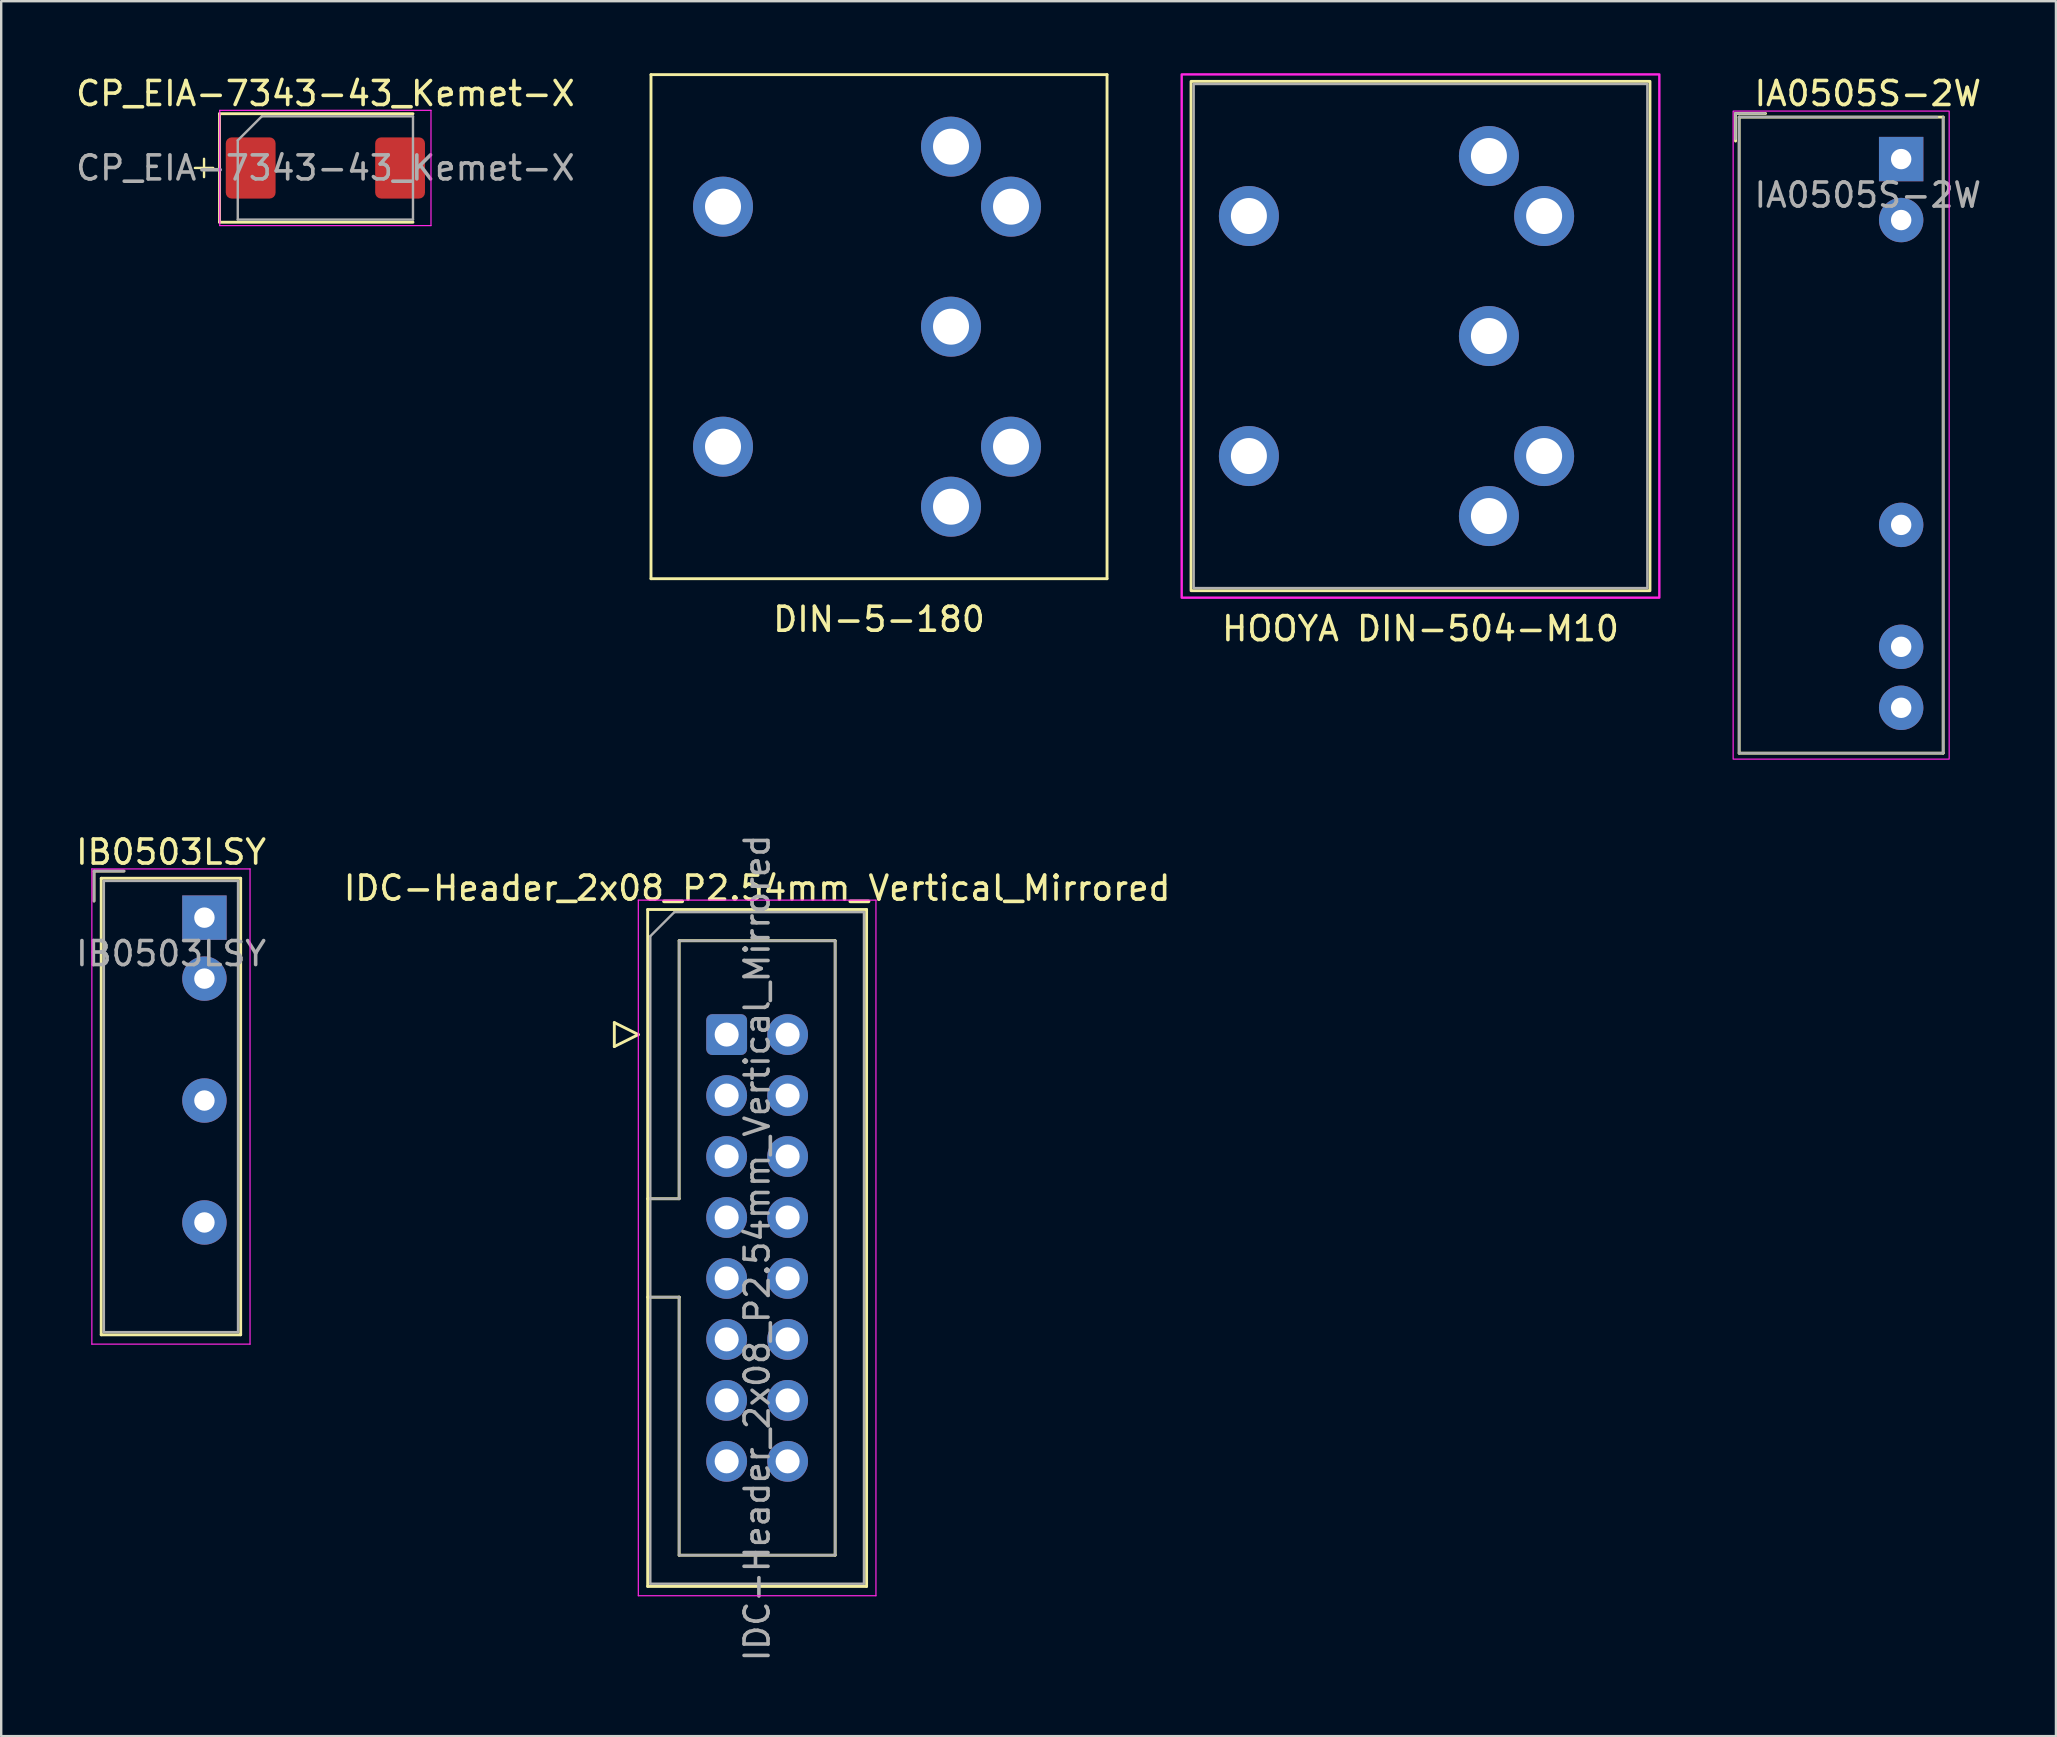
<source format=kicad_pcb>
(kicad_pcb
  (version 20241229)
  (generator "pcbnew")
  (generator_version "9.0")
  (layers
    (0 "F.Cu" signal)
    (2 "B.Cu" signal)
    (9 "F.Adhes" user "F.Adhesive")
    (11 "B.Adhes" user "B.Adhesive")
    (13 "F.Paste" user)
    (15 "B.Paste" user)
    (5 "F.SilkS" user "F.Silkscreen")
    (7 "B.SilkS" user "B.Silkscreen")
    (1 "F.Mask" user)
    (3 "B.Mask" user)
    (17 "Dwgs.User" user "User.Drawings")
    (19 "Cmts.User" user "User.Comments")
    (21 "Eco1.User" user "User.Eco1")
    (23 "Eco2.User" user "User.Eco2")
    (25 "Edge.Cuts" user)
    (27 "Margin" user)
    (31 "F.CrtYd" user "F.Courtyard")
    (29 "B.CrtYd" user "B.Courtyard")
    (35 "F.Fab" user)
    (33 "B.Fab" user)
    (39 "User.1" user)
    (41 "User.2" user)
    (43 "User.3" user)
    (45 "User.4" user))
  (footprint "IB0503LSY"
    (layer "F.Cu")
    (at 5.467 35.181)
    (property "Reference" "IB0503LSY" (at -1.39 -2.73 0) (layer "F.SilkS") (effects (font (size 1 1) (thickness 0.15))))
    (attr through_hole)
    (fp_line (start -4.6 -1.94) (end -4.6 -0.69) (stroke (width 0.12) (type solid)) (layer "F.SilkS"))
    (fp_line (start -4.3 -1.64) (end -4.3 17.38) (stroke (width 0.12) (type solid)) (layer "F.SilkS"))
    (fp_line (start -4.3 17.38) (end 1.51 17.38) (stroke (width 0.12) (type solid)) (layer "F.SilkS"))
    (fp_line (start -3.35 -1.94) (end -4.6 -1.94) (stroke (width 0.12) (type solid)) (layer "F.SilkS"))
    (fp_line (start 1.51 -1.64) (end -4.3 -1.64) (stroke (width 0.12) (type solid)) (layer "F.SilkS"))
    (fp_line (start 1.51 17.38) (end 1.51 -1.64) (stroke (width 0.12) (type solid)) (layer "F.SilkS"))
    (fp_line (start -4.69 -2.03) (end -4.69 17.77) (stroke (width 0.05) (type solid)) (layer "F.CrtYd"))
    (fp_line (start -4.69 17.77) (end 1.9 17.77) (stroke (width 0.05) (type solid)) (layer "F.CrtYd"))
    (fp_line (start 1.9 -2.03) (end -4.69 -2.03) (stroke (width 0.05) (type solid)) (layer "F.CrtYd"))
    (fp_line (start 1.9 17.77) (end 1.9 -2.03) (stroke (width 0.05) (type solid)) (layer "F.CrtYd"))
    (fp_line (start -4.6 -1.94) (end -4.6 -0.69) (stroke (width 0.1) (type solid)) (layer "F.Fab"))
    (fp_line (start -4.19 -1.53) (end -4.19 17.27) (stroke (width 0.1) (type solid)) (layer "F.Fab"))
    (fp_line (start -4.19 17.27) (end 1.4 17.27) (stroke (width 0.1) (type solid)) (layer "F.Fab"))
    (fp_line (start -3.35 -1.94) (end -4.6 -1.94) (stroke (width 0.1) (type solid)) (layer "F.Fab"))
    (fp_line (start 1.4 -1.53) (end -4.19 -1.53) (stroke (width 0.1) (type solid)) (layer "F.Fab"))
    (fp_line (start 1.4 17.27) (end 1.4 -1.53) (stroke (width 0.1) (type solid)) (layer "F.Fab"))
    (fp_text user "${REFERENCE}" (at -1.39 1.5 0) (layer "F.Fab") (effects (font (size 1 1) (thickness 0.15))))
    (pad "1" thru_hole rect (at 0 0) (size 1.85 1.85) (drill 0.85) (layers "*.Cu" "*.Mask"))
    (pad "2" thru_hole circle (at 0 2.54) (size 1.85 1.85) (drill 0.85) (layers "*.Cu" "*.Mask"))
    (pad "4" thru_hole circle (at 0 7.62) (size 1.85 1.85) (drill 0.85) (layers "*.Cu" "*.Mask"))
    (pad "6" thru_hole circle (at 0 12.7) (size 1.85 1.85) (drill 0.85) (layers "*.Cu" "*.Mask")))
  (footprint "IA0505S-2W"
    (layer "F.Cu")
    (at 76.157 3.578)
    (property "Reference" "IA0505S-2W" (at -1.39 -2.73 0) (layer "F.SilkS") (effects (font (size 1 1) (thickness 0.15))))
    (attr through_hole)
    (fp_line (start -6.9 -1.9) (end -6.9 -0.75) (stroke (width 0.12) (type solid)) (layer "F.SilkS"))
    (fp_line (start -6.75 -1.75) (end -6.75 24.75) (stroke (width 0.12) (type solid)) (layer "F.SilkS"))
    (fp_line (start -5.65 -1.9) (end -6.9 -1.9) (stroke (width 0.12) (type solid)) (layer "F.SilkS"))
    (fp_line (start 1.75 -1.75) (end -6.75 -1.75) (stroke (width 0.12) (type solid)) (layer "F.SilkS"))
    (fp_line (start 1.75 24.75) (end -6.75 24.75) (stroke (width 0.12) (type solid)) (layer "F.SilkS"))
    (fp_line (start 1.75 24.75) (end 1.75 -1.75) (stroke (width 0.12) (type solid)) (layer "F.SilkS"))
    (fp_rect (start -7 -2) (end 2 25) (stroke (width 0.05) (type default)) (fill no) (layer "F.CrtYd"))
    (fp_line (start -6.9 -1.9) (end -6.9 -0.84) (stroke (width 0.1) (type solid)) (layer "F.Fab"))
    (fp_line (start -6.75 -1.75) (end -6.75 24.75) (stroke (width 0.1) (type solid)) (layer "F.Fab"))
    (fp_line (start -5.675 -1.9) (end -6.9 -1.9) (stroke (width 0.1) (type solid)) (layer "F.Fab"))
    (fp_line (start 1.5 -1.75) (end -6.75 -1.75) (stroke (width 0.1) (type solid)) (layer "F.Fab"))
    (fp_line (start 1.75 24.75) (end -6.75 24.75) (stroke (width 0.1) (type solid)) (layer "F.Fab"))
    (fp_line (start 1.75 24.75) (end 1.75 -1.75) (stroke (width 0.1) (type solid)) (layer "F.Fab"))
    (fp_text user "${REFERENCE}" (at -1.39 1.5 0) (layer "F.Fab") (effects (font (size 1 1) (thickness 0.15))))
    (pad "1" thru_hole rect (at 0 0) (size 1.85 1.85) (drill 0.85) (layers "*.Cu" "*.Mask"))
    (pad "2" thru_hole circle (at 0 2.54) (size 1.85 1.85) (drill 0.85) (layers "*.Cu" "*.Mask"))
    (pad "7" thru_hole circle (at 0 15.24) (size 1.85 1.85) (drill 0.85) (layers "*.Cu" "*.Mask"))
    (pad "9" thru_hole circle (at 0 20.32) (size 1.85 1.85) (drill 0.85) (layers "*.Cu" "*.Mask"))
    (pad "10" thru_hole circle (at 0 22.86) (size 1.85 1.85) (drill 0.85) (layers "*.Cu" "*.Mask")))
  (footprint "HOOYA DIN-504-M10"
    (layer "F.Cu")
    (at 56.132 10.95)
    (property "Reference" "HOOYA DIN-504-M10" (at 0 12.192 0) (layer "F.SilkS") (effects (font (size 1 1) (thickness 0.15))))
    (attr through_hole)
    (fp_rect (start -9.56 -10.61) (end 9.56 10.61) (stroke (width 0.12) (type default)) (fill no) (layer "F.SilkS"))
    (fp_rect (start -9.95 -10.9) (end 9.95 10.9) (stroke (width 0.1) (type default)) (fill no) (layer "F.CrtYd"))
    (fp_rect (start -9.45 -10.5) (end 9.45 10.5) (stroke (width 0.1) (type default)) (fill no) (layer "F.Fab"))
    (pad "" thru_hole circle (at -7.15 -5) (size 2.5 2.5) (drill 1.5) (layers "*.Cu" "*.Mask"))
    (pad "" thru_hole circle (at -7.15 5) (size 2.5 2.5) (drill 1.5) (layers "*.Cu" "*.Mask"))
    (pad "1" thru_hole circle (at 2.85 7.5) (size 2.5 2.5) (drill 1.5) (layers "*.Cu" "*.Mask"))
    (pad "2" thru_hole circle (at 2.85 0) (size 2.5 2.5) (drill 1.5) (layers "*.Cu" "*.Mask"))
    (pad "3" thru_hole circle (at 2.85 -7.5) (size 2.5 2.5) (drill 1.5) (layers "*.Cu" "*.Mask"))
    (pad "4" thru_hole circle (at 5.15 5) (size 2.5 2.5) (drill 1.5) (layers "*.Cu" "*.Mask"))
    (pad "5" thru_hole circle (at 5.15 -5) (size 2.5 2.5) (drill 1.5) (layers "*.Cu" "*.Mask")))
  (footprint "IDC-Header_2x08_P2.54mm_Vertical_Mirrored"
    (layer "F.Cu")
    (at 27.224 40.053)
    (property "Reference" "IDC-Header_2x08_P2.54mm_Vertical_Mirrored" (at 1.27 -6.1 0) (layer "F.SilkS") (effects (font (size 1 1) (thickness 0.15))))
    (attr through_hole)
    (fp_line (start -4.68 -0.5) (end -4.68 0.5) (stroke (width 0.12) (type solid)) (layer "F.SilkS"))
    (fp_line (start -4.68 0.5) (end -3.68 0) (stroke (width 0.12) (type solid)) (layer "F.SilkS"))
    (fp_line (start -3.68 0) (end -4.68 -0.5) (stroke (width 0.12) (type solid)) (layer "F.SilkS"))
    (fp_line (start -3.29 -5.21) (end 5.83 -5.21) (stroke (width 0.12) (type solid)) (layer "F.SilkS"))
    (fp_line (start -3.29 6.84) (end -1.98 6.84) (stroke (width 0.12) (type solid)) (layer "F.SilkS"))
    (fp_line (start -3.29 22.99) (end -3.29 -5.21) (stroke (width 0.12) (type solid)) (layer "F.SilkS"))
    (fp_line (start -1.98 -3.91) (end 4.52 -3.91) (stroke (width 0.12) (type solid)) (layer "F.SilkS"))
    (fp_line (start -1.98 6.84) (end -1.98 -3.91) (stroke (width 0.12) (type solid)) (layer "F.SilkS"))
    (fp_line (start -1.98 10.94) (end -3.29 10.94) (stroke (width 0.12) (type solid)) (layer "F.SilkS"))
    (fp_line (start -1.98 10.94) (end -1.98 10.94) (stroke (width 0.12) (type solid)) (layer "F.SilkS"))
    (fp_line (start -1.98 21.69) (end -1.98 10.94) (stroke (width 0.12) (type solid)) (layer "F.SilkS"))
    (fp_line (start 4.52 -3.91) (end 4.52 21.69) (stroke (width 0.12) (type solid)) (layer "F.SilkS"))
    (fp_line (start 4.52 21.69) (end -1.98 21.69) (stroke (width 0.12) (type solid)) (layer "F.SilkS"))
    (fp_line (start 5.83 -5.21) (end 5.83 22.99) (stroke (width 0.12) (type solid)) (layer "F.SilkS"))
    (fp_line (start 5.83 22.99) (end -3.29 22.99) (stroke (width 0.12) (type solid)) (layer "F.SilkS"))
    (fp_line (start -3.68 -5.6) (end -3.68 23.38) (stroke (width 0.05) (type solid)) (layer "F.CrtYd"))
    (fp_line (start -3.68 23.38) (end 6.22 23.38) (stroke (width 0.05) (type solid)) (layer "F.CrtYd"))
    (fp_line (start 6.22 -5.6) (end -3.68 -5.6) (stroke (width 0.05) (type solid)) (layer "F.CrtYd"))
    (fp_line (start 6.22 23.38) (end 6.22 -5.6) (stroke (width 0.05) (type solid)) (layer "F.CrtYd"))
    (fp_line (start -3.18 -4.1) (end -2.18 -5.1) (stroke (width 0.1) (type solid)) (layer "F.Fab"))
    (fp_line (start -3.18 6.84) (end -1.98 6.84) (stroke (width 0.1) (type solid)) (layer "F.Fab"))
    (fp_line (start -3.18 22.88) (end -3.18 -4.1) (stroke (width 0.1) (type solid)) (layer "F.Fab"))
    (fp_line (start -2.18 -5.1) (end 5.72 -5.1) (stroke (width 0.1) (type solid)) (layer "F.Fab"))
    (fp_line (start -1.98 -3.91) (end 4.52 -3.91) (stroke (width 0.1) (type solid)) (layer "F.Fab"))
    (fp_line (start -1.98 6.84) (end -1.98 -3.91) (stroke (width 0.1) (type solid)) (layer "F.Fab"))
    (fp_line (start -1.98 10.94) (end -3.18 10.94) (stroke (width 0.1) (type solid)) (layer "F.Fab"))
    (fp_line (start -1.98 10.94) (end -1.98 10.94) (stroke (width 0.1) (type solid)) (layer "F.Fab"))
    (fp_line (start -1.98 21.69) (end -1.98 10.94) (stroke (width 0.1) (type solid)) (layer "F.Fab"))
    (fp_line (start 4.52 -3.91) (end 4.52 21.69) (stroke (width 0.1) (type solid)) (layer "F.Fab"))
    (fp_line (start 4.52 21.69) (end -1.98 21.69) (stroke (width 0.1) (type solid)) (layer "F.Fab"))
    (fp_line (start 5.72 -5.1) (end 5.72 22.88) (stroke (width 0.1) (type solid)) (layer "F.Fab"))
    (fp_line (start 5.72 22.88) (end -3.18 22.88) (stroke (width 0.1) (type solid)) (layer "F.Fab"))
    (fp_text user "${REFERENCE}" (at 1.27 8.89 90) (layer "F.Fab") (effects (font (size 1 1) (thickness 0.15))))
    (pad "1" thru_hole circle (at 2.54 0) (size 1.7 1.7) (drill 1) (layers "*.Cu" "*.Mask"))
    (pad "2" thru_hole roundrect (at 0 0) (size 1.7 1.7) (drill 1) (layers "*.Cu" "*.Mask") (roundrect_rratio 0.147))
    (pad "3" thru_hole circle (at 2.54 2.54) (size 1.7 1.7) (drill 1) (layers "*.Cu" "*.Mask"))
    (pad "4" thru_hole circle (at 0 2.54) (size 1.7 1.7) (drill 1) (layers "*.Cu" "*.Mask"))
    (pad "5" thru_hole circle (at 2.54 5.08) (size 1.7 1.7) (drill 1) (layers "*.Cu" "*.Mask"))
    (pad "6" thru_hole circle (at 0 5.08) (size 1.7 1.7) (drill 1) (layers "*.Cu" "*.Mask"))
    (pad "7" thru_hole circle (at 2.54 7.62) (size 1.7 1.7) (drill 1) (layers "*.Cu" "*.Mask"))
    (pad "8" thru_hole circle (at 0 7.62) (size 1.7 1.7) (drill 1) (layers "*.Cu" "*.Mask"))
    (pad "9" thru_hole circle (at 2.54 10.16) (size 1.7 1.7) (drill 1) (layers "*.Cu" "*.Mask"))
    (pad "10" thru_hole circle (at 0 10.16) (size 1.7 1.7) (drill 1) (layers "*.Cu" "*.Mask"))
    (pad "11" thru_hole circle (at 2.54 12.7) (size 1.7 1.7) (drill 1) (layers "*.Cu" "*.Mask"))
    (pad "12" thru_hole circle (at 0 12.7) (size 1.7 1.7) (drill 1) (layers "*.Cu" "*.Mask"))
    (pad "13" thru_hole circle (at 2.54 15.24) (size 1.7 1.7) (drill 1) (layers "*.Cu" "*.Mask"))
    (pad "14" thru_hole circle (at 0 15.24) (size 1.7 1.7) (drill 1) (layers "*.Cu" "*.Mask"))
    (pad "15" thru_hole circle (at 2.54 17.78) (size 1.7 1.7) (drill 1) (layers "*.Cu" "*.Mask"))
    (pad "16" thru_hole circle (at 0 17.78) (size 1.7 1.7) (drill 1) (layers "*.Cu" "*.Mask")))
  (footprint "DIN-5-180"
    (layer "F.Cu")
    (at 33.572 10.56)
    (property "Reference" "DIN-5-180" (at 0 12.192 0) (layer "F.SilkS") (effects (font (size 1 1) (thickness 0.15))))
    (attr through_hole)
    (fp_line (start -9.5 -10.5) (end -9.5 10.5) (stroke (width 0.12) (type solid)) (layer "F.SilkS"))
    (fp_line (start -9.5 -10.5) (end 9.5 -10.5) (stroke (width 0.12) (type solid)) (layer "F.SilkS"))
    (fp_line (start -9.5 10.5) (end 9.5 10.5) (stroke (width 0.12) (type solid)) (layer "F.SilkS"))
    (fp_line (start 9.5 10.5) (end 9.5 -10.5) (stroke (width 0.12) (type solid)) (layer "F.SilkS"))
    (pad "" thru_hole circle (at -6.5 -5) (size 2.5 2.5) (drill 1.5) (layers "*.Cu" "*.Mask"))
    (pad "" thru_hole circle (at -6.5 5) (size 2.5 2.5) (drill 1.5) (layers "*.Cu" "*.Mask"))
    (pad "1" thru_hole circle (at 3 7.5) (size 2.5 2.5) (drill 1.5) (layers "*.Cu" "*.Mask"))
    (pad "2" thru_hole circle (at 3 0) (size 2.5 2.5) (drill 1.5) (layers "*.Cu" "*.Mask"))
    (pad "3" thru_hole circle (at 3 -7.5) (size 2.5 2.5) (drill 1.5) (layers "*.Cu" "*.Mask"))
    (pad "4" thru_hole circle (at 5.5 5) (size 2.5 2.5) (drill 1.5) (layers "*.Cu" "*.Mask"))
    (pad "5" thru_hole circle (at 5.5 -5) (size 2.5 2.5) (drill 1.5) (layers "*.Cu" "*.Mask")))
  (footprint "CP_EIA-7343-43_Kemet-X"
    (layer "F.Cu")
    (at 10.506 3.948)
    (property "Reference" "CP_EIA-7343-43_Kemet-X" (at 0 -3.1 0) (layer "F.SilkS") (effects (font (size 1 1) (thickness 0.15))))
    (attr smd)
    (fp_line (start -4.41 -2.26) (end -4.41 2.26) (stroke (width 0.12) (type solid)) (layer "F.SilkS"))
    (fp_line (start -4.41 2.26) (end 3.65 2.26) (stroke (width 0.12) (type solid)) (layer "F.SilkS"))
    (fp_line (start 3.65 -2.26) (end -4.41 -2.26) (stroke (width 0.12) (type solid)) (layer "F.SilkS"))
    (fp_line (start -4.4 -2.4) (end 4.4 -2.4) (stroke (width 0.05) (type solid)) (layer "F.CrtYd"))
    (fp_line (start -4.4 2.4) (end -4.4 -2.4) (stroke (width 0.05) (type solid)) (layer "F.CrtYd"))
    (fp_line (start 4.4 -2.4) (end 4.4 2.4) (stroke (width 0.05) (type solid)) (layer "F.CrtYd"))
    (fp_line (start 4.4 2.4) (end -4.4 2.4) (stroke (width 0.05) (type solid)) (layer "F.CrtYd"))
    (fp_line (start -3.65 -1.15) (end -3.65 2.15) (stroke (width 0.1) (type solid)) (layer "F.Fab"))
    (fp_line (start -3.65 2.15) (end 3.65 2.15) (stroke (width 0.1) (type solid)) (layer "F.Fab"))
    (fp_line (start -2.65 -2.15) (end -3.65 -1.15) (stroke (width 0.1) (type solid)) (layer "F.Fab"))
    (fp_line (start 3.65 -2.15) (end -2.65 -2.15) (stroke (width 0.1) (type solid)) (layer "F.Fab"))
    (fp_line (start 3.65 2.15) (end 3.65 -2.15) (stroke (width 0.1) (type solid)) (layer "F.Fab"))
    (fp_text user "+" (at -5.74 0.508 0) (unlocked yes) (layer "F.SilkS") (effects (font (size 1 1) (thickness 0.1)) (justify left bottom)))
    (fp_text user "${REFERENCE}" (at 0 0 0) (layer "F.Fab") (effects (font (size 1 1) (thickness 0.15))))
    (pad "1" smd roundrect (at -3.112 0) (size 2.075 2.55) (layers "F.Cu" "F.Mask" "F.Paste") (roundrect_rratio 0.12))
    (pad "2" smd roundrect (at 3.112 0) (size 2.075 2.55) (layers "F.Cu" "F.Mask" "F.Paste") (roundrect_rratio 0.12)))
  (gr_rect
    (start -3 -3)
    (end 82.606 69.282)
    (stroke (width 0.1) (type default))
    (fill no)
    (layer "Edge.Cuts")))
</source>
